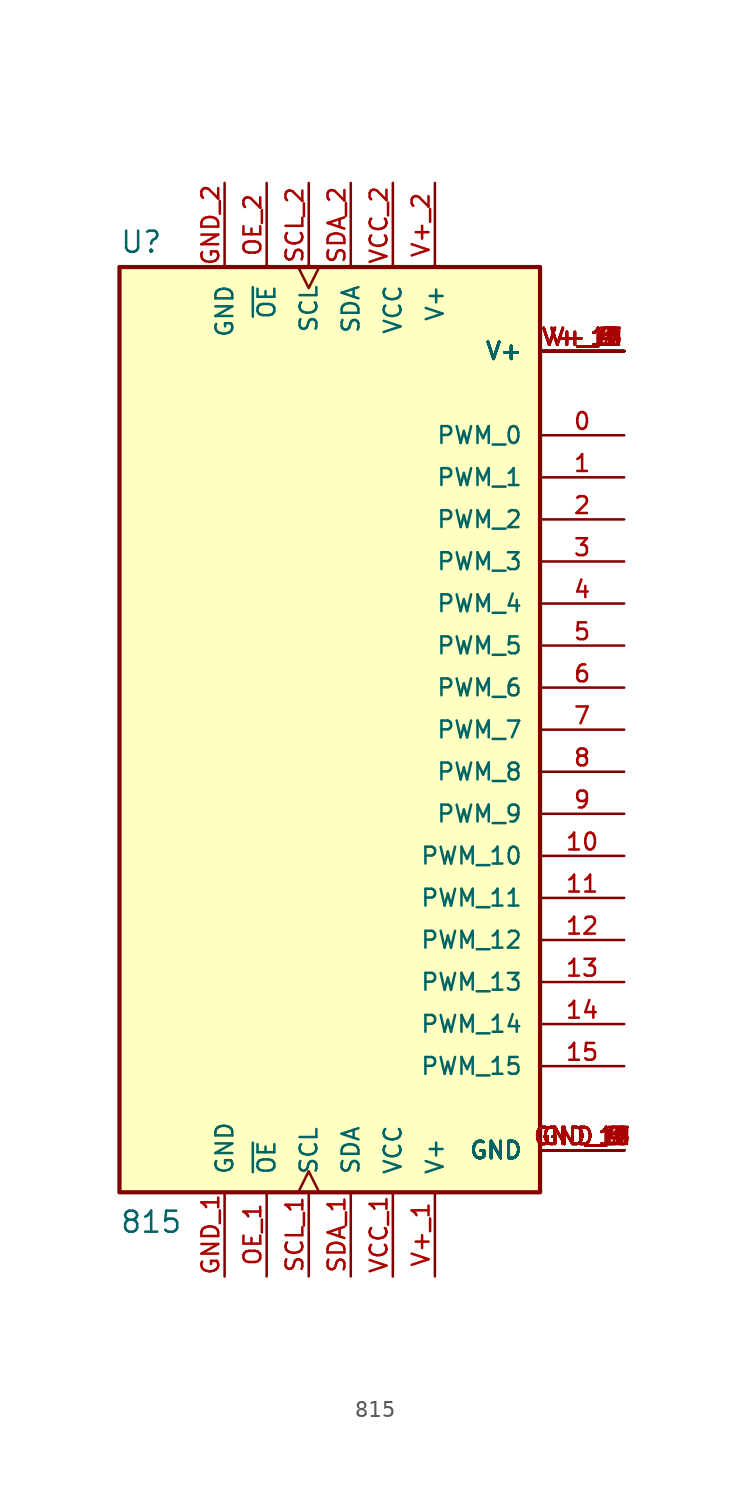
<source format=kicad_sym>
(kicad_symbol_lib
  (version 20241209)
  (generator "kicad_symbol_editor")
  (generator_version "9.0")
  (symbol "815"
    (pin_names
      (offset 1.016))
    (property "Reference" "U"
      (at -12.7 28.702 0)
      (effects (font (size 1.27 1.27)) (justify left bottom)))
    (property "Value" "815"
      (at -12.7 -30.48 0)
      (effects (font (size 1.27 1.27)) (justify left bottom)))
    (symbol "815_0_0"
      (rectangle (start -12.7 -27.94) (end 12.7 27.94) (stroke (width 0.254) (type default)) (fill (type background)))
      (pin power_in line (at -6.35 33.02 270) (length 5.08) (name "GND" (effects (font (size 1.016 1.016)))) (number "GND_2" (effects (font (size 1.016 1.016)))))
      (pin power_in line (at -6.35 -33.02 90) (length 5.08) (name "GND" (effects (font (size 1.016 1.016)))) (number "GND_1" (effects (font (size 1.016 1.016)))))
      (pin input line (at -3.81 33.02 270) (length 5.08) (name "~{OE}" (effects (font (size 1.016 1.016)))) (number "OE_2" (effects (font (size 1.016 1.016)))))
      (pin input line (at -3.81 -33.02 90) (length 5.08) (name "~{OE}" (effects (font (size 1.016 1.016)))) (number "OE_1" (effects (font (size 1.016 1.016)))))
      (pin input clock (at -1.27 33.02 270) (length 5.08) (name "SCL" (effects (font (size 1.016 1.016)))) (number "SCL_2" (effects (font (size 1.016 1.016)))))
      (pin input clock (at -1.27 -33.02 90) (length 5.08) (name "SCL" (effects (font (size 1.016 1.016)))) (number "SCL_1" (effects (font (size 1.016 1.016)))))
      (pin bidirectional line (at 1.27 33.02 270) (length 5.08) (name "SDA" (effects (font (size 1.016 1.016)))) (number "SDA_2" (effects (font (size 1.016 1.016)))))
      (pin bidirectional line (at 1.27 -33.02 90) (length 5.08) (name "SDA" (effects (font (size 1.016 1.016)))) (number "SDA_1" (effects (font (size 1.016 1.016)))))
      (pin power_in line (at 3.81 33.02 270) (length 5.08) (name "VCC" (effects (font (size 1.016 1.016)))) (number "VCC_2" (effects (font (size 1.016 1.016)))))
      (pin power_in line (at 3.81 -33.02 90) (length 5.08) (name "VCC" (effects (font (size 1.016 1.016)))) (number "VCC_1" (effects (font (size 1.016 1.016)))))
      (pin power_in line (at 6.35 33.02 270) (length 5.08) (name "V+" (effects (font (size 1.016 1.016)))) (number "V+_2" (effects (font (size 1.016 1.016)))))
      (pin power_in line (at 6.35 -33.02 90) (length 5.08) (name "V+" (effects (font (size 1.016 1.016)))) (number "V+_1" (effects (font (size 1.016 1.016)))))
      (pin power_in line (at 17.78 22.86 180) (length 5.08) (name "V+" (effects (font (size 1.016 1.016)))) (number "V+_10" (effects (font (size 1.016 1.016)))))
      (pin power_in line (at 17.78 22.86 180) (length 5.08) (name "V+" (effects (font (size 1.016 1.016)))) (number "V+_11" (effects (font (size 1.016 1.016)))))
      (pin power_in line (at 17.78 22.86 180) (length 5.08) (name "V+" (effects (font (size 1.016 1.016)))) (number "V+_12" (effects (font (size 1.016 1.016)))))
      (pin power_in line (at 17.78 22.86 180) (length 5.08) (name "V+" (effects (font (size 1.016 1.016)))) (number "V+_13" (effects (font (size 1.016 1.016)))))
      (pin power_in line (at 17.78 22.86 180) (length 5.08) (name "V+" (effects (font (size 1.016 1.016)))) (number "V+_14" (effects (font (size 1.016 1.016)))))
      (pin power_in line (at 17.78 22.86 180) (length 5.08) (name "V+" (effects (font (size 1.016 1.016)))) (number "V+_15" (effects (font (size 1.016 1.016)))))
      (pin power_in line (at 17.78 22.86 180) (length 5.08) (name "V+" (effects (font (size 1.016 1.016)))) (number "V+_16" (effects (font (size 1.016 1.016)))))
      (pin power_in line (at 17.78 22.86 180) (length 5.08) (name "V+" (effects (font (size 1.016 1.016)))) (number "V+_17" (effects (font (size 1.016 1.016)))))
      (pin power_in line (at 17.78 22.86 180) (length 5.08) (name "V+" (effects (font (size 1.016 1.016)))) (number "V+_18" (effects (font (size 1.016 1.016)))))
      (pin power_in line (at 17.78 22.86 180) (length 5.08) (name "V+" (effects (font (size 1.016 1.016)))) (number "V+_3" (effects (font (size 1.016 1.016)))))
      (pin power_in line (at 17.78 22.86 180) (length 5.08) (name "V+" (effects (font (size 1.016 1.016)))) (number "V+_4" (effects (font (size 1.016 1.016)))))
      (pin power_in line (at 17.78 22.86 180) (length 5.08) (name "V+" (effects (font (size 1.016 1.016)))) (number "V+_5" (effects (font (size 1.016 1.016)))))
      (pin power_in line (at 17.78 22.86 180) (length 5.08) (name "V+" (effects (font (size 1.016 1.016)))) (number "V+_6" (effects (font (size 1.016 1.016)))))
      (pin power_in line (at 17.78 22.86 180) (length 5.08) (name "V+" (effects (font (size 1.016 1.016)))) (number "V+_7" (effects (font (size 1.016 1.016)))))
      (pin power_in line (at 17.78 22.86 180) (length 5.08) (name "V+" (effects (font (size 1.016 1.016)))) (number "V+_8" (effects (font (size 1.016 1.016)))))
      (pin power_in line (at 17.78 22.86 180) (length 5.08) (name "V+" (effects (font (size 1.016 1.016)))) (number "V+_9" (effects (font (size 1.016 1.016)))))
      (pin output line (at 17.78 17.78 180) (length 5.08) (name "PWM_0" (effects (font (size 1.016 1.016)))) (number "0" (effects (font (size 1.016 1.016)))))
      (pin output line (at 17.78 15.24 180) (length 5.08) (name "PWM_1" (effects (font (size 1.016 1.016)))) (number "1" (effects (font (size 1.016 1.016)))))
      (pin output line (at 17.78 12.7 180) (length 5.08) (name "PWM_2" (effects (font (size 1.016 1.016)))) (number "2" (effects (font (size 1.016 1.016)))))
      (pin output line (at 17.78 10.16 180) (length 5.08) (name "PWM_3" (effects (font (size 1.016 1.016)))) (number "3" (effects (font (size 1.016 1.016)))))
      (pin output line (at 17.78 7.62 180) (length 5.08) (name "PWM_4" (effects (font (size 1.016 1.016)))) (number "4" (effects (font (size 1.016 1.016)))))
      (pin output line (at 17.78 5.08 180) (length 5.08) (name "PWM_5" (effects (font (size 1.016 1.016)))) (number "5" (effects (font (size 1.016 1.016)))))
      (pin output line (at 17.78 2.54 180) (length 5.08) (name "PWM_6" (effects (font (size 1.016 1.016)))) (number "6" (effects (font (size 1.016 1.016)))))
      (pin output line (at 17.78 0 180) (length 5.08) (name "PWM_7" (effects (font (size 1.016 1.016)))) (number "7" (effects (font (size 1.016 1.016)))))
      (pin output line (at 17.78 -2.54 180) (length 5.08) (name "PWM_8" (effects (font (size 1.016 1.016)))) (number "8" (effects (font (size 1.016 1.016)))))
      (pin output line (at 17.78 -5.08 180) (length 5.08) (name "PWM_9" (effects (font (size 1.016 1.016)))) (number "9" (effects (font (size 1.016 1.016)))))
      (pin output line (at 17.78 -7.62 180) (length 5.08) (name "PWM_10" (effects (font (size 1.016 1.016)))) (number "10" (effects (font (size 1.016 1.016)))))
      (pin output line (at 17.78 -10.16 180) (length 5.08) (name "PWM_11" (effects (font (size 1.016 1.016)))) (number "11" (effects (font (size 1.016 1.016)))))
      (pin output line (at 17.78 -12.7 180) (length 5.08) (name "PWM_12" (effects (font (size 1.016 1.016)))) (number "12" (effects (font (size 1.016 1.016)))))
      (pin output line (at 17.78 -15.24 180) (length 5.08) (name "PWM_13" (effects (font (size 1.016 1.016)))) (number "13" (effects (font (size 1.016 1.016)))))
      (pin output line (at 17.78 -17.78 180) (length 5.08) (name "PWM_14" (effects (font (size 1.016 1.016)))) (number "14" (effects (font (size 1.016 1.016)))))
      (pin output line (at 17.78 -20.32 180) (length 5.08) (name "PWM_15" (effects (font (size 1.016 1.016)))) (number "15" (effects (font (size 1.016 1.016)))))
      (pin power_in line (at 17.78 -25.4 180) (length 5.08) (name "GND" (effects (font (size 1.016 1.016)))) (number "GND_10" (effects (font (size 1.016 1.016)))))
      (pin power_in line (at 17.78 -25.4 180) (length 5.08) (name "GND" (effects (font (size 1.016 1.016)))) (number "GND_11" (effects (font (size 1.016 1.016)))))
      (pin power_in line (at 17.78 -25.4 180) (length 5.08) (name "GND" (effects (font (size 1.016 1.016)))) (number "GND_12" (effects (font (size 1.016 1.016)))))
      (pin power_in line (at 17.78 -25.4 180) (length 5.08) (name "GND" (effects (font (size 1.016 1.016)))) (number "GND_13" (effects (font (size 1.016 1.016)))))
      (pin power_in line (at 17.78 -25.4 180) (length 5.08) (name "GND" (effects (font (size 1.016 1.016)))) (number "GND_14" (effects (font (size 1.016 1.016)))))
      (pin power_in line (at 17.78 -25.4 180) (length 5.08) (name "GND" (effects (font (size 1.016 1.016)))) (number "GND_15" (effects (font (size 1.016 1.016)))))
      (pin power_in line (at 17.78 -25.4 180) (length 5.08) (name "GND" (effects (font (size 1.016 1.016)))) (number "GND_16" (effects (font (size 1.016 1.016)))))
      (pin power_in line (at 17.78 -25.4 180) (length 5.08) (name "GND" (effects (font (size 1.016 1.016)))) (number "GND_17" (effects (font (size 1.016 1.016)))))
      (pin power_in line (at 17.78 -25.4 180) (length 5.08) (name "GND" (effects (font (size 1.016 1.016)))) (number "GND_18" (effects (font (size 1.016 1.016)))))
      (pin power_in line (at 17.78 -25.4 180) (length 5.08) (name "GND" (effects (font (size 1.016 1.016)))) (number "GND_3" (effects (font (size 1.016 1.016)))))
      (pin power_in line (at 17.78 -25.4 180) (length 5.08) (name "GND" (effects (font (size 1.016 1.016)))) (number "GND_4" (effects (font (size 1.016 1.016)))))
      (pin power_in line (at 17.78 -25.4 180) (length 5.08) (name "GND" (effects (font (size 1.016 1.016)))) (number "GND_5" (effects (font (size 1.016 1.016)))))
      (pin power_in line (at 17.78 -25.4 180) (length 5.08) (name "GND" (effects (font (size 1.016 1.016)))) (number "GND_6" (effects (font (size 1.016 1.016)))))
      (pin power_in line (at 17.78 -25.4 180) (length 5.08) (name "GND" (effects (font (size 1.016 1.016)))) (number "GND_7" (effects (font (size 1.016 1.016)))))
      (pin power_in line (at 17.78 -25.4 180) (length 5.08) (name "GND" (effects (font (size 1.016 1.016)))) (number "GND_8" (effects (font (size 1.016 1.016)))))
      (pin power_in line (at 17.78 -25.4 180) (length 5.08) (name "GND" (effects (font (size 1.016 1.016)))) (number "GND_9" (effects (font (size 1.016 1.016))))))))
</source>
